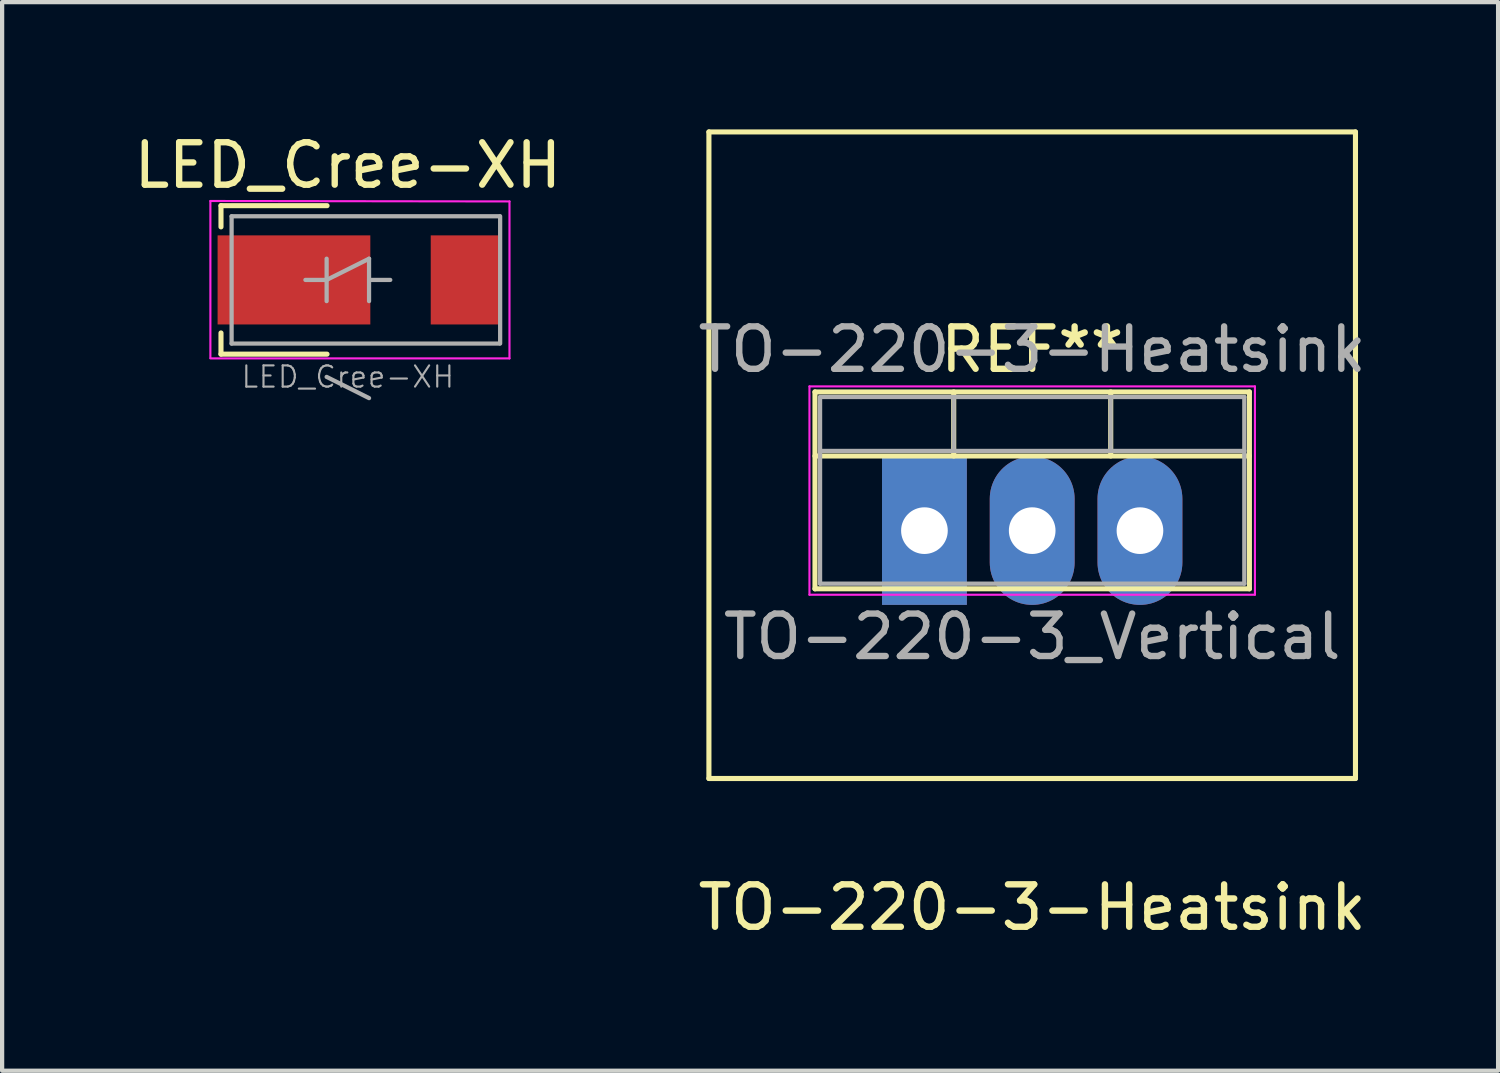
<source format=kicad_pcb>
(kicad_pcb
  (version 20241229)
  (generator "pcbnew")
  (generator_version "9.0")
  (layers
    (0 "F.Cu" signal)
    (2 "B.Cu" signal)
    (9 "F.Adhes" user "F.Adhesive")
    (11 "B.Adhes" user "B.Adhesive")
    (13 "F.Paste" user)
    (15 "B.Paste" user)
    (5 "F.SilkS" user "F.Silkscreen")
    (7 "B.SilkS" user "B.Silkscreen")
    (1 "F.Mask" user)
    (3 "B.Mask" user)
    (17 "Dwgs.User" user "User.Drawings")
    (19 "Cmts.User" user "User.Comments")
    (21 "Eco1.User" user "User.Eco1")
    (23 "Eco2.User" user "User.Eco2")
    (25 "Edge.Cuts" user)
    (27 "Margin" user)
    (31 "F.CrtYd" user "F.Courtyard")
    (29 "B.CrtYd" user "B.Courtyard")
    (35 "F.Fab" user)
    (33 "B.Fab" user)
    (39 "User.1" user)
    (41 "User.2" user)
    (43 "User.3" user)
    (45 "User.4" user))
  (footprint "LED_Cree-XH"
    (layer "F.Cu")
    (at 5.149 3.548)
    (property "Reference" "LED_Cree-XH" (at 0 -2.7 0) (layer "F.SilkS") (effects (font (size 1 1) (thickness 0.15))))
    (attr smd)
    (fp_line (start -2.99 -1.75) (end -2.99 -1.25) (stroke (width 0.12) (type solid)) (layer "F.SilkS"))
    (fp_line (start -2.99 1.25) (end -2.99 1.75) (stroke (width 0.12) (type solid)) (layer "F.SilkS"))
    (fp_line (start -2.99 1.75) (end -0.49 1.75) (stroke (width 0.12) (type solid)) (layer "F.SilkS"))
    (fp_line (start -0.49 -1.75) (end -2.99 -1.75) (stroke (width 0.12) (type solid)) (layer "F.SilkS"))
    (fp_line (start -3.24 -1.86) (end -3.24 1.84) (stroke (width 0.05) (type solid)) (layer "F.CrtYd"))
    (fp_line (start -3.24 1.85) (end 3.81 1.85) (stroke (width 0.05) (type solid)) (layer "F.CrtYd"))
    (fp_line (start 3.81 -1.85) (end -3.24 -1.86) (stroke (width 0.05) (type solid)) (layer "F.CrtYd"))
    (fp_line (start 3.81 1.85) (end 3.81 -1.85) (stroke (width 0.05) (type solid)) (layer "F.CrtYd"))
    (fp_line (start -2.74 -1.5) (end 3.58 -1.5) (stroke (width 0.1) (type solid)) (layer "F.Fab"))
    (fp_line (start -2.74 1.5) (end -2.74 -1.5) (stroke (width 0.1) (type solid)) (layer "F.Fab"))
    (fp_line (start -1 0) (end -0.5 0) (stroke (width 0.1) (type solid)) (layer "F.Fab"))
    (fp_line (start -0.5 -0.5) (end -0.5 0.5) (stroke (width 0.1) (type solid)) (layer "F.Fab"))
    (fp_line (start -0.5 0) (end 0.5 -0.5) (stroke (width 0.1) (type solid)) (layer "F.Fab"))
    (fp_line (start 0.5 -0.5) (end 0.5 0.5) (stroke (width 0.1) (type solid)) (layer "F.Fab"))
    (fp_line (start 0.5 2.786) (end -0.5 2.286) (stroke (width 0.1) (type solid)) (layer "F.Fab"))
    (fp_line (start 1 0) (end 0.5 0) (stroke (width 0.1) (type solid)) (layer "F.Fab"))
    (fp_line (start 3.57 1.5) (end -2.74 1.5) (stroke (width 0.1) (type solid)) (layer "F.Fab"))
    (fp_line (start 3.59 -1.5) (end 3.59 1.5) (stroke (width 0.1) (type solid)) (layer "F.Fab"))
    (fp_text user "${REFERENCE}" (at 0 2.286 0) (layer "F.Fab") (effects (font (size 0.5 0.5) (thickness 0.05))))
    (pad "1" smd rect (at -1.27 0) (size 3.6 2.1) (layers "F.Cu" "F.Mask"))
    (pad "2" smd rect (at 2.794 0) (size 1.68 2.1) (layers "F.Cu" "F.Mask")))
  (footprint "TO-220-3-Heatsink"
    (layer "F.Cu")
    (at 21.28 17.84)
    (property "Reference" "TO-220-3-Heatsink" (at 0 0.5 0) (layer "F.SilkS") (effects (font (size 1 1) (thickness 0.15))))
    (attr through_hole)
    (fp_line (start -7.62 -17.78) (end 7.62 -17.78) (stroke (width 0.12) (type solid)) (layer "F.SilkS"))
    (fp_line (start -7.62 -2.54) (end -7.62 -17.78) (stroke (width 0.12) (type solid)) (layer "F.SilkS"))
    (fp_line (start -5.12 -11.652) (end -5.12 -7.011) (stroke (width 0.12) (type solid)) (layer "F.SilkS"))
    (fp_line (start -5.12 -11.652) (end 5.12 -11.652) (stroke (width 0.12) (type solid)) (layer "F.SilkS"))
    (fp_line (start -5.12 -10.142) (end 5.12 -10.142) (stroke (width 0.12) (type solid)) (layer "F.SilkS"))
    (fp_line (start -5.12 -7.011) (end 5.12 -7.011) (stroke (width 0.12) (type solid)) (layer "F.SilkS"))
    (fp_line (start -1.85 -11.652) (end -1.85 -10.142) (stroke (width 0.12) (type solid)) (layer "F.SilkS"))
    (fp_line (start 1.851 -11.652) (end 1.851 -10.142) (stroke (width 0.12) (type solid)) (layer "F.SilkS"))
    (fp_line (start 5.12 -11.652) (end 5.12 -7.011) (stroke (width 0.12) (type solid)) (layer "F.SilkS"))
    (fp_line (start 7.62 -17.78) (end 7.62 -2.54) (stroke (width 0.12) (type solid)) (layer "F.SilkS"))
    (fp_line (start 7.62 -2.54) (end -7.62 -2.54) (stroke (width 0.12) (type solid)) (layer "F.SilkS"))
    (fp_line (start -5.25 -11.782) (end -5.25 -6.872) (stroke (width 0.05) (type solid)) (layer "F.CrtYd"))
    (fp_line (start -5.25 -6.872) (end 5.25 -6.872) (stroke (width 0.05) (type solid)) (layer "F.CrtYd"))
    (fp_line (start 5.25 -11.782) (end -5.25 -11.782) (stroke (width 0.05) (type solid)) (layer "F.CrtYd"))
    (fp_line (start 5.25 -6.872) (end 5.25 -11.782) (stroke (width 0.05) (type solid)) (layer "F.CrtYd"))
    (fp_line (start -5 -11.532) (end -5 -7.132) (stroke (width 0.1) (type solid)) (layer "F.Fab"))
    (fp_line (start -5 -10.262) (end 5 -10.262) (stroke (width 0.1) (type solid)) (layer "F.Fab"))
    (fp_line (start -5 -7.132) (end 5 -7.132) (stroke (width 0.1) (type solid)) (layer "F.Fab"))
    (fp_line (start -1.85 -11.532) (end -1.85 -10.262) (stroke (width 0.1) (type solid)) (layer "F.Fab"))
    (fp_line (start 1.85 -11.532) (end 1.85 -10.262) (stroke (width 0.1) (type solid)) (layer "F.Fab"))
    (fp_line (start 5 -11.532) (end -5 -11.532) (stroke (width 0.1) (type solid)) (layer "F.Fab"))
    (fp_line (start 5 -7.132) (end 5 -11.532) (stroke (width 0.1) (type solid)) (layer "F.Fab"))
    (fp_text user "REF**" (at 0 -12.652 0) (layer "F.SilkS") (effects (font (size 1 1) (thickness 0.15))))
    (fp_text user "${REFERENCE}" (at 0 -12.652 0) (layer "F.Fab") (effects (font (size 1 1) (thickness 0.15))))
    (fp_text user "TO-220-3_Vertical" (at 0 -5.882 0) (layer "F.Fab") (effects (font (size 1 1) (thickness 0.15))))
    (pad "1" thru_hole rect (at -2.54 -8.382) (size 2 3.5) (drill 1.1) (layers "*.Cu" "*.Mask"))
    (pad "2" thru_hole oval (at 0 -8.382) (size 2 3.5) (drill 1.1) (layers "*.Cu" "*.Mask"))
    (pad "3" thru_hole oval (at 2.54 -8.382) (size 2 3.5) (drill 1.1) (layers "*.Cu" "*.Mask")))
  (gr_rect
    (start -3 -3)
    (end 32.262 22.188)
    (stroke (width 0.1) (type default))
    (fill no)
    (layer "Edge.Cuts")))
</source>
